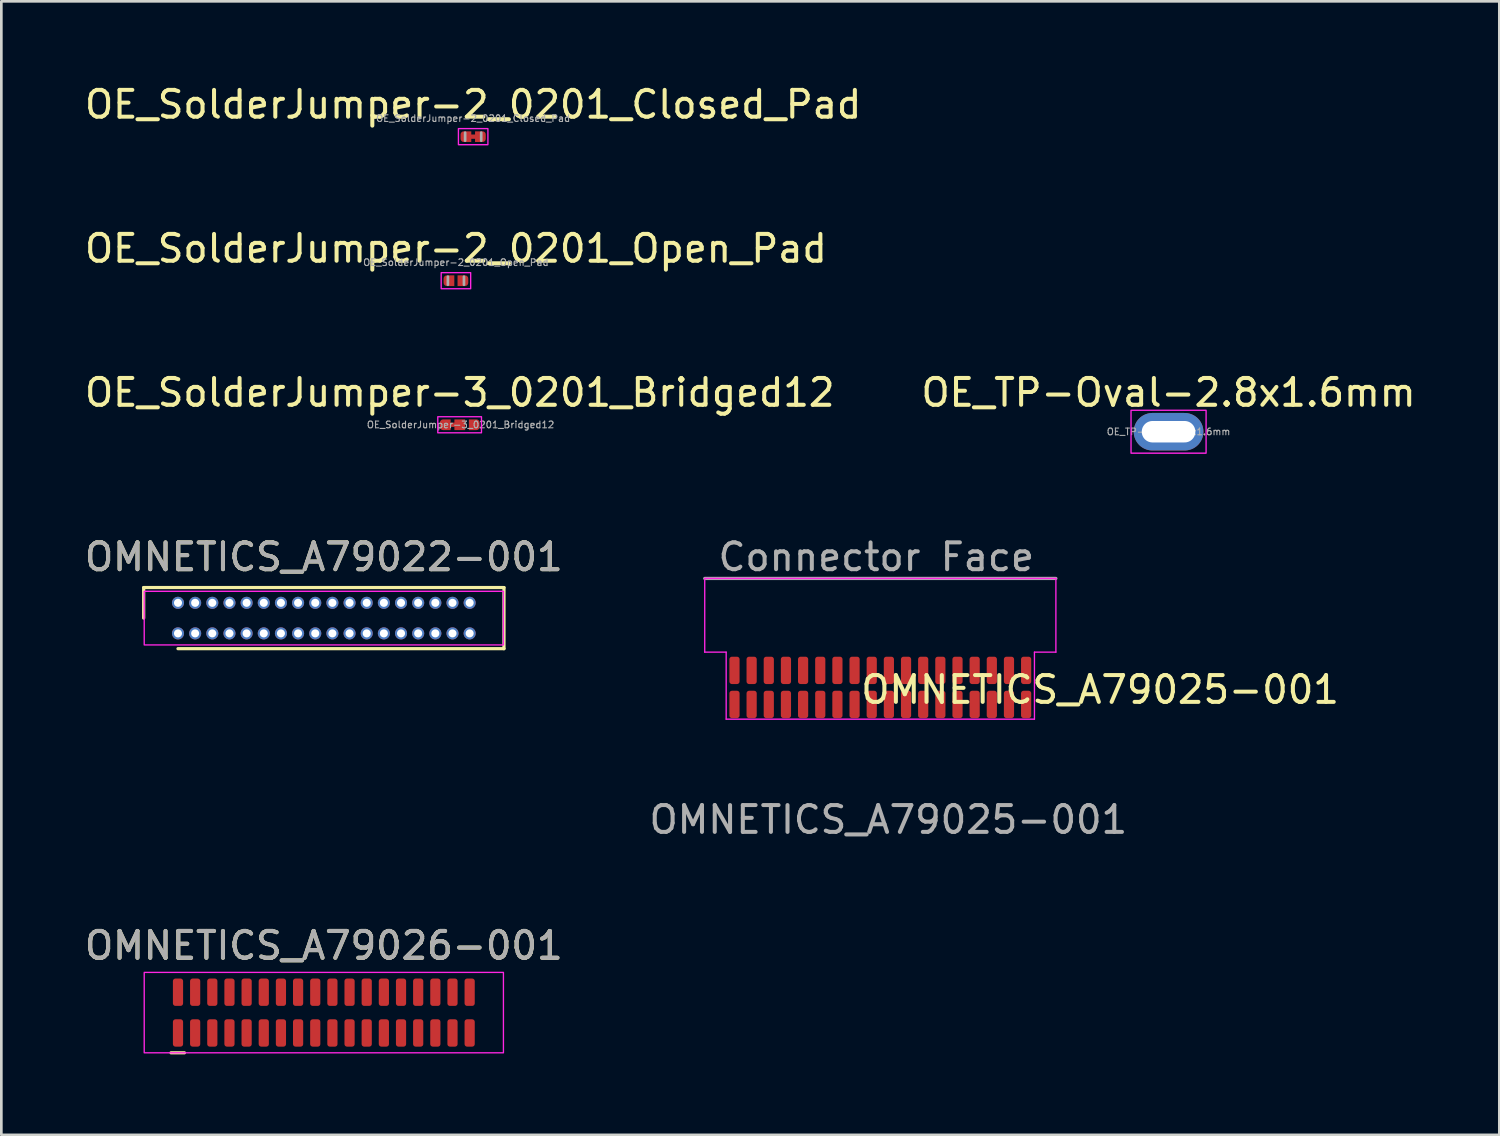
<source format=kicad_pcb>
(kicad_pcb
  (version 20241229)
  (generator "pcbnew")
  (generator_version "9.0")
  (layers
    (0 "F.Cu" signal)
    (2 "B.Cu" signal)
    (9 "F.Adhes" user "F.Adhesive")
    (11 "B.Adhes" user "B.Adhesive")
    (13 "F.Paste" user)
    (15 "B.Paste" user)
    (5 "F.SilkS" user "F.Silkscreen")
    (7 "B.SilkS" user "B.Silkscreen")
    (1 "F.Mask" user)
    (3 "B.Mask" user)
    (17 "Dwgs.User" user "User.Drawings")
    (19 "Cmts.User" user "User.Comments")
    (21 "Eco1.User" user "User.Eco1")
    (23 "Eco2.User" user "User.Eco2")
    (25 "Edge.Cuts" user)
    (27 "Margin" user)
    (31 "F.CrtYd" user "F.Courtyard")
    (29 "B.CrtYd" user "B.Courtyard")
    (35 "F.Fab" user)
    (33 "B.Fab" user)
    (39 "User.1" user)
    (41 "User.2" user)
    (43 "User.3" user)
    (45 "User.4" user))
  (footprint "OE_SolderJumper-3_0201_Bridged12"
    (layer "F.Cu")
    (at 14.101 12.795)
    (property "Reference" "OE_SolderJumper-3_0201_Bridged12" (at 0 -1.2 0) (layer "F.SilkS") (effects (font (size 1 1) (thickness 0.15))))
    (attr exclude_from_pos_files exclude_from_bom)
    (fp_poly (pts (xy -0.37 -0.08) (xy -0.17 -0.08) (xy -0.17 0.08) (xy -0.37 0.08)) (stroke (width 0) (type solid)) (fill yes) (layer "F.Cu"))
    (fp_rect (start -0.82 0.3) (end 0.81 -0.3) (stroke (width 0.05) (type default)) (fill no) (layer "F.CrtYd"))
    (fp_text user "${REFERENCE}" (at 0.03 0 0) (layer "F.Fab") (effects (font (size 0.25 0.25) (thickness 0.04))))
    (pad "1" smd roundrect (at -0.54 0) (size 0.4 0.4) (layers "F.Cu" "F.Mask") (roundrect_rratio 0.3) (chamfer_ratio 0) (chamfer top_right bottom_right))
    (pad "2" smd rect (at 0 0) (size 0.4 0.4) (layers "F.Cu" "F.Mask"))
    (pad "3" smd roundrect (at 0.54 0) (size 0.4 0.4) (layers "F.Cu" "F.Mask") (roundrect_rratio 0.3) (chamfer_ratio 0) (chamfer top_left bottom_left)))
  (footprint "OMNETICS_A79025-001"
    (layer "F.Cu")
    (at 29.789 23.228)
    (property "Reference" "OMNETICS_A79025-001" (at 8.2 -0.55 0) (unlocked yes) (layer "F.SilkS") (effects (font (size 1 1) (thickness 0.15))))
    (attr smd)
    (fp_line (start -6.55 -4.7) (end -6.55 -1.95) (stroke (width 0.05) (type solid)) (layer "F.CrtYd"))
    (fp_line (start -6.55 -1.95) (end -5.75 -1.95) (stroke (width 0.05) (type solid)) (layer "F.CrtYd"))
    (fp_line (start -5.75 -1.95) (end -5.75 0.55) (stroke (width 0.05) (type solid)) (layer "F.CrtYd"))
    (fp_line (start -5.75 0.55) (end 5.75 0.55) (stroke (width 0.05) (type solid)) (layer "F.CrtYd"))
    (fp_line (start 5.75 -1.95) (end 6.55 -1.95) (stroke (width 0.05) (type solid)) (layer "F.CrtYd"))
    (fp_line (start 5.75 0.55) (end 5.75 -1.95) (stroke (width 0.05) (type solid)) (layer "F.CrtYd"))
    (fp_line (start 6.55 -4.7) (end -6.55 -4.7) (stroke (width 0.05) (type solid)) (layer "F.CrtYd"))
    (fp_line (start 6.55 -1.95) (end 6.55 -4.7) (stroke (width 0.05) (type solid)) (layer "F.CrtYd"))
    (fp_line (start -6.55 -4.7) (end 6.55 -4.7) (stroke (width 0.12) (type solid)) (layer "F.Fab"))
    (fp_text user "Connector Face" (at -0.15 -5.5 0) (unlocked yes) (layer "F.Fab") (effects (font (size 1 1) (thickness 0.15))))
    (fp_text user "${REFERENCE}" (at 0.3 4.3 0) (unlocked yes) (layer "F.Fab") (effects (font (size 1 1) (thickness 0.15))))
    (pad "1" smd roundrect (at -5.44 0 90) (size 1.02 0.38) (layers "F.Cu" "F.Mask" "F.Paste") (roundrect_rratio 0.25))
    (pad "2" smd roundrect (at -5.44 -1.27 90) (size 1.02 0.38) (layers "F.Cu" "F.Mask" "F.Paste") (roundrect_rratio 0.25))
    (pad "3" smd roundrect (at -4.8 0 90) (size 1.02 0.38) (layers "F.Cu" "F.Mask" "F.Paste") (roundrect_rratio 0.25))
    (pad "4" smd roundrect (at -4.8 -1.27 90) (size 1.02 0.38) (layers "F.Cu" "F.Mask" "F.Paste") (roundrect_rratio 0.25))
    (pad "5" smd roundrect (at -4.16 0 90) (size 1.02 0.38) (layers "F.Cu" "F.Mask" "F.Paste") (roundrect_rratio 0.25))
    (pad "6" smd roundrect (at -4.16 -1.27 90) (size 1.02 0.38) (layers "F.Cu" "F.Mask" "F.Paste") (roundrect_rratio 0.25))
    (pad "7" smd roundrect (at -3.52 0 90) (size 1.02 0.38) (layers "F.Cu" "F.Mask" "F.Paste") (roundrect_rratio 0.25))
    (pad "8" smd roundrect (at -3.52 -1.27 90) (size 1.02 0.38) (layers "F.Cu" "F.Mask" "F.Paste") (roundrect_rratio 0.25))
    (pad "9" smd roundrect (at -2.88 0 90) (size 1.02 0.38) (layers "F.Cu" "F.Mask" "F.Paste") (roundrect_rratio 0.25))
    (pad "10" smd roundrect (at -2.88 -1.27 90) (size 1.02 0.38) (layers "F.Cu" "F.Mask" "F.Paste") (roundrect_rratio 0.25))
    (pad "11" smd roundrect (at -2.24 0 90) (size 1.02 0.38) (layers "F.Cu" "F.Mask" "F.Paste") (roundrect_rratio 0.25))
    (pad "12" smd roundrect (at -2.24 -1.27 90) (size 1.02 0.38) (layers "F.Cu" "F.Mask" "F.Paste") (roundrect_rratio 0.25))
    (pad "13" smd roundrect (at -1.6 0 90) (size 1.02 0.38) (layers "F.Cu" "F.Mask" "F.Paste") (roundrect_rratio 0.25))
    (pad "14" smd roundrect (at -1.6 -1.27 90) (size 1.02 0.38) (layers "F.Cu" "F.Mask" "F.Paste") (roundrect_rratio 0.25))
    (pad "15" smd roundrect (at -0.96 0 90) (size 1.02 0.38) (layers "F.Cu" "F.Mask" "F.Paste") (roundrect_rratio 0.25))
    (pad "16" smd roundrect (at -0.96 -1.27 90) (size 1.02 0.38) (layers "F.Cu" "F.Mask" "F.Paste") (roundrect_rratio 0.25))
    (pad "17" smd roundrect (at -0.32 0 90) (size 1.02 0.38) (layers "F.Cu" "F.Mask" "F.Paste") (roundrect_rratio 0.25))
    (pad "18" smd roundrect (at -0.32 -1.27 90) (size 1.02 0.38) (layers "F.Cu" "F.Mask" "F.Paste") (roundrect_rratio 0.25))
    (pad "19" smd roundrect (at 0.32 0 90) (size 1.02 0.38) (layers "F.Cu" "F.Mask" "F.Paste") (roundrect_rratio 0.25))
    (pad "20" smd roundrect (at 0.32 -1.27 90) (size 1.02 0.38) (layers "F.Cu" "F.Mask" "F.Paste") (roundrect_rratio 0.25))
    (pad "21" smd roundrect (at 0.96 0 90) (size 1.02 0.38) (layers "F.Cu" "F.Mask" "F.Paste") (roundrect_rratio 0.25))
    (pad "22" smd roundrect (at 0.96 -1.27 90) (size 1.02 0.38) (layers "F.Cu" "F.Mask" "F.Paste") (roundrect_rratio 0.25))
    (pad "23" smd roundrect (at 1.6 0 90) (size 1.02 0.38) (layers "F.Cu" "F.Mask" "F.Paste") (roundrect_rratio 0.25))
    (pad "24" smd roundrect (at 1.6 -1.27 90) (size 1.02 0.38) (layers "F.Cu" "F.Mask" "F.Paste") (roundrect_rratio 0.25))
    (pad "25" smd roundrect (at 2.24 0 90) (size 1.02 0.38) (layers "F.Cu" "F.Mask" "F.Paste") (roundrect_rratio 0.25))
    (pad "26" smd roundrect (at 2.24 -1.27 90) (size 1.02 0.38) (layers "F.Cu" "F.Mask" "F.Paste") (roundrect_rratio 0.25))
    (pad "27" smd roundrect (at 2.88 0 90) (size 1.02 0.38) (layers "F.Cu" "F.Mask" "F.Paste") (roundrect_rratio 0.25))
    (pad "28" smd roundrect (at 2.88 -1.27 90) (size 1.02 0.38) (layers "F.Cu" "F.Mask" "F.Paste") (roundrect_rratio 0.25))
    (pad "29" smd roundrect (at 3.52 0 90) (size 1.02 0.38) (layers "F.Cu" "F.Mask" "F.Paste") (roundrect_rratio 0.25))
    (pad "30" smd roundrect (at 3.52 -1.27 90) (size 1.02 0.38) (layers "F.Cu" "F.Mask" "F.Paste") (roundrect_rratio 0.25))
    (pad "31" smd roundrect (at 4.16 0 90) (size 1.02 0.38) (layers "F.Cu" "F.Mask" "F.Paste") (roundrect_rratio 0.25))
    (pad "32" smd roundrect (at 4.16 -1.27 90) (size 1.02 0.38) (layers "F.Cu" "F.Mask" "F.Paste") (roundrect_rratio 0.25))
    (pad "33" smd roundrect (at 4.8 0 90) (size 1.02 0.38) (layers "F.Cu" "F.Mask" "F.Paste") (roundrect_rratio 0.25))
    (pad "34" smd roundrect (at 4.8 -1.27 90) (size 1.02 0.38) (layers "F.Cu" "F.Mask" "F.Paste") (roundrect_rratio 0.25))
    (pad "35" smd roundrect (at 5.44 0 90) (size 1.02 0.38) (layers "F.Cu" "F.Mask" "F.Paste") (roundrect_rratio 0.25))
    (pad "36" smd roundrect (at 5.44 -1.27 90) (size 1.02 0.38) (layers "F.Cu" "F.Mask" "F.Paste") (roundrect_rratio 0.25)))
  (footprint "OE_SolderJumper-2_0201_Closed_Pad"
    (layer "F.Cu")
    (at 14.601 2.048)
    (property "Reference" "OE_SolderJumper-2_0201_Closed_Pad" (at 0 -1.2 0) (layer "F.SilkS") (effects (font (size 1 1) (thickness 0.15))))
    (attr exclude_from_pos_files exclude_from_bom)
    (fp_poly (pts (xy -0.1 -0.08) (xy 0.1 -0.08) (xy 0.1 0.08) (xy -0.1 0.08)) (stroke (width 0) (type solid)) (fill yes) (layer "F.Cu"))
    (fp_rect (start -0.55 0.3) (end 0.55 -0.3) (stroke (width 0.05) (type default)) (fill no) (layer "F.CrtYd"))
    (fp_line (start -0.3 0.15) (end -0.3 -0.15) (stroke (width 0.1) (type solid)) (layer "F.Fab"))
    (fp_line (start 0.3 -0.15) (end 0.3 0.15) (stroke (width 0.1) (type solid)) (layer "F.Fab"))
    (fp_text user "${REFERENCE}" (at 0 -0.68 0) (layer "F.Fab") (effects (font (size 0.25 0.25) (thickness 0.04))))
    (pad "1" smd roundrect (at -0.27 0) (size 0.4 0.4) (layers "F.Cu" "F.Mask") (roundrect_rratio 0.3) (chamfer_ratio 0) (chamfer top_right bottom_right))
    (pad "2" smd roundrect (at 0.27 0) (size 0.4 0.4) (layers "F.Cu" "F.Mask") (roundrect_rratio 0.3) (chamfer_ratio 0) (chamfer top_left bottom_left)))
  (footprint "OMNETICS_A79022-001"
    (layer "F.Cu")
    (at 9.03 20.008)
    (property "Reference" "OMNETICS_A79022-001" (at 0 -2.28 0) (unlocked yes) (layer "F.SilkS") (effects (font (size 1 1) (thickness 0.15))))
    (attr through_hole)
    (fp_line (start -6.72 -1.14) (end 6.72 -1.14) (stroke (width 0.12) (type solid)) (layer "F.SilkS"))
    (fp_line (start -6.72 0) (end -6.72 -1.14) (stroke (width 0.12) (type solid)) (layer "F.SilkS"))
    (fp_line (start 6.72 -1.14) (end 6.72 1.14) (stroke (width 0.12) (type solid)) (layer "F.SilkS"))
    (fp_line (start 6.72 1.14) (end -5.44 1.14) (stroke (width 0.12) (type solid)) (layer "F.SilkS"))
    (fp_rect (start -6.7 -1) (end 6.7 1) (stroke (width 0.05) (type solid)) (fill no) (layer "F.CrtYd"))
    (fp_text user "${REFERENCE}" (at 0 -2.28 0) (unlocked yes) (layer "F.Fab") (effects (font (size 1 1) (thickness 0.15))))
    (pad "1" thru_hole circle (at -5.44 0.57 180) (size 0.45 0.45) (drill 0.3) (layers "*.Cu" "*.Mask"))
    (pad "2" thru_hole circle (at -5.44 -0.57 180) (size 0.45 0.45) (drill 0.3) (layers "*.Cu" "*.Mask"))
    (pad "3" thru_hole circle (at -4.8 0.57 180) (size 0.45 0.45) (drill 0.3) (layers "*.Cu" "*.Mask"))
    (pad "4" thru_hole circle (at -4.8 -0.57 180) (size 0.45 0.45) (drill 0.3) (layers "*.Cu" "*.Mask"))
    (pad "5" thru_hole circle (at -4.16 0.57 180) (size 0.45 0.45) (drill 0.3) (layers "*.Cu" "*.Mask"))
    (pad "6" thru_hole circle (at -4.16 -0.57 180) (size 0.45 0.45) (drill 0.3) (layers "*.Cu" "*.Mask"))
    (pad "7" thru_hole circle (at -3.52 0.57 180) (size 0.45 0.45) (drill 0.3) (layers "*.Cu" "*.Mask"))
    (pad "8" thru_hole circle (at -3.52 -0.57 180) (size 0.45 0.45) (drill 0.3) (layers "*.Cu" "*.Mask"))
    (pad "9" thru_hole circle (at -2.88 0.57 180) (size 0.45 0.45) (drill 0.3) (layers "*.Cu" "*.Mask"))
    (pad "10" thru_hole circle (at -2.88 -0.57 180) (size 0.45 0.45) (drill 0.3) (layers "*.Cu" "*.Mask"))
    (pad "11" thru_hole circle (at -2.24 0.57 180) (size 0.45 0.45) (drill 0.3) (layers "*.Cu" "*.Mask"))
    (pad "12" thru_hole circle (at -2.24 -0.57 180) (size 0.45 0.45) (drill 0.3) (layers "*.Cu" "*.Mask"))
    (pad "13" thru_hole circle (at -1.6 0.57 180) (size 0.45 0.45) (drill 0.3) (layers "*.Cu" "*.Mask"))
    (pad "14" thru_hole circle (at -1.6 -0.57 180) (size 0.45 0.45) (drill 0.3) (layers "*.Cu" "*.Mask"))
    (pad "15" thru_hole circle (at -0.96 0.57 180) (size 0.45 0.45) (drill 0.3) (layers "*.Cu" "*.Mask"))
    (pad "16" thru_hole circle (at -0.96 -0.57 180) (size 0.45 0.45) (drill 0.3) (layers "*.Cu" "*.Mask"))
    (pad "17" thru_hole circle (at -0.32 0.57 180) (size 0.45 0.45) (drill 0.3) (layers "*.Cu" "*.Mask"))
    (pad "18" thru_hole circle (at -0.32 -0.57 180) (size 0.45 0.45) (drill 0.3) (layers "*.Cu" "*.Mask"))
    (pad "19" thru_hole circle (at 0.32 0.57 180) (size 0.45 0.45) (drill 0.3) (layers "*.Cu" "*.Mask"))
    (pad "20" thru_hole circle (at 0.32 -0.57 180) (size 0.45 0.45) (drill 0.3) (layers "*.Cu" "*.Mask"))
    (pad "21" thru_hole circle (at 0.96 0.57 180) (size 0.45 0.45) (drill 0.3) (layers "*.Cu" "*.Mask"))
    (pad "22" thru_hole circle (at 0.96 -0.57 180) (size 0.45 0.45) (drill 0.3) (layers "*.Cu" "*.Mask"))
    (pad "23" thru_hole circle (at 1.6 0.57 180) (size 0.45 0.45) (drill 0.3) (layers "*.Cu" "*.Mask"))
    (pad "24" thru_hole circle (at 1.6 -0.57 180) (size 0.45 0.45) (drill 0.3) (layers "*.Cu" "*.Mask"))
    (pad "25" thru_hole circle (at 2.24 0.57 180) (size 0.45 0.45) (drill 0.3) (layers "*.Cu" "*.Mask"))
    (pad "26" thru_hole circle (at 2.24 -0.57 180) (size 0.45 0.45) (drill 0.3) (layers "*.Cu" "*.Mask"))
    (pad "27" thru_hole circle (at 2.88 0.57 180) (size 0.45 0.45) (drill 0.3) (layers "*.Cu" "*.Mask"))
    (pad "28" thru_hole circle (at 2.88 -0.57 180) (size 0.45 0.45) (drill 0.3) (layers "*.Cu" "*.Mask"))
    (pad "29" thru_hole circle (at 3.52 0.57 180) (size 0.45 0.45) (drill 0.3) (layers "*.Cu" "*.Mask"))
    (pad "30" thru_hole circle (at 3.52 -0.57 180) (size 0.45 0.45) (drill 0.3) (layers "*.Cu" "*.Mask"))
    (pad "31" thru_hole circle (at 4.16 0.57 180) (size 0.45 0.45) (drill 0.3) (layers "*.Cu" "*.Mask"))
    (pad "32" thru_hole circle (at 4.16 -0.57 180) (size 0.45 0.45) (drill 0.3) (layers "*.Cu" "*.Mask"))
    (pad "33" thru_hole circle (at 4.8 0.57 180) (size 0.45 0.45) (drill 0.3) (layers "*.Cu" "*.Mask"))
    (pad "34" thru_hole circle (at 4.8 -0.57 180) (size 0.45 0.45) (drill 0.3) (layers "*.Cu" "*.Mask"))
    (pad "35" thru_hole circle (at 5.44 0.57 180) (size 0.45 0.45) (drill 0.3) (layers "*.Cu" "*.Mask"))
    (pad "36" thru_hole circle (at 5.44 -0.57 180) (size 0.45 0.45) (drill 0.3) (layers "*.Cu" "*.Mask")))
  (footprint "OMNETICS_A79026-001"
    (layer "F.Cu")
    (at 9.03 34.724)
    (property "Reference" "OMNETICS_A79026-001" (at 0 -2.5 0) (unlocked yes) (layer "F.SilkS") (effects (font (size 1 1) (thickness 0.15))))
    (attr through_hole)
    (fp_line (start -5.2 1.5) (end -5.7 1.5) (stroke (width 0.12) (type solid)) (layer "F.SilkS"))
    (fp_rect (start -6.7 -1.5) (end 6.7 1.5) (stroke (width 0.05) (type solid)) (fill no) (layer "F.CrtYd"))
    (fp_text user "${REFERENCE}" (at 0 -2.5 0) (unlocked yes) (layer "F.Fab") (effects (font (size 1 1) (thickness 0.15))))
    (pad "1" smd roundrect (at -5.44 0.76 90) (size 1.02 0.38) (layers "F.Cu" "F.Mask" "F.Paste") (roundrect_rratio 0.25))
    (pad "2" smd roundrect (at -5.44 -0.76 90) (size 1.02 0.38) (layers "F.Cu" "F.Mask" "F.Paste") (roundrect_rratio 0.25))
    (pad "3" smd roundrect (at -4.8 0.76 90) (size 1.02 0.38) (layers "F.Cu" "F.Mask" "F.Paste") (roundrect_rratio 0.25))
    (pad "4" smd roundrect (at -4.8 -0.76 90) (size 1.02 0.38) (layers "F.Cu" "F.Mask" "F.Paste") (roundrect_rratio 0.25))
    (pad "5" smd roundrect (at -4.16 0.76 90) (size 1.02 0.38) (layers "F.Cu" "F.Mask" "F.Paste") (roundrect_rratio 0.25))
    (pad "6" smd roundrect (at -4.16 -0.76 90) (size 1.02 0.38) (layers "F.Cu" "F.Mask" "F.Paste") (roundrect_rratio 0.25))
    (pad "7" smd roundrect (at -3.52 0.76 90) (size 1.02 0.38) (layers "F.Cu" "F.Mask" "F.Paste") (roundrect_rratio 0.25))
    (pad "8" smd roundrect (at -3.52 -0.76 90) (size 1.02 0.38) (layers "F.Cu" "F.Mask" "F.Paste") (roundrect_rratio 0.25))
    (pad "9" smd roundrect (at -2.88 0.76 90) (size 1.02 0.38) (layers "F.Cu" "F.Mask" "F.Paste") (roundrect_rratio 0.25))
    (pad "10" smd roundrect (at -2.88 -0.76 90) (size 1.02 0.38) (layers "F.Cu" "F.Mask" "F.Paste") (roundrect_rratio 0.25))
    (pad "11" smd roundrect (at -2.24 0.76 90) (size 1.02 0.38) (layers "F.Cu" "F.Mask" "F.Paste") (roundrect_rratio 0.25))
    (pad "12" smd roundrect (at -2.24 -0.76 90) (size 1.02 0.38) (layers "F.Cu" "F.Mask" "F.Paste") (roundrect_rratio 0.25))
    (pad "13" smd roundrect (at -1.6 0.76 90) (size 1.02 0.38) (layers "F.Cu" "F.Mask" "F.Paste") (roundrect_rratio 0.25))
    (pad "14" smd roundrect (at -1.6 -0.76 90) (size 1.02 0.38) (layers "F.Cu" "F.Mask" "F.Paste") (roundrect_rratio 0.25))
    (pad "15" smd roundrect (at -0.96 0.76 90) (size 1.02 0.38) (layers "F.Cu" "F.Mask" "F.Paste") (roundrect_rratio 0.25))
    (pad "16" smd roundrect (at -0.96 -0.76 90) (size 1.02 0.38) (layers "F.Cu" "F.Mask" "F.Paste") (roundrect_rratio 0.25))
    (pad "17" smd roundrect (at -0.32 0.76 90) (size 1.02 0.38) (layers "F.Cu" "F.Mask" "F.Paste") (roundrect_rratio 0.25))
    (pad "18" smd roundrect (at -0.32 -0.76 90) (size 1.02 0.38) (layers "F.Cu" "F.Mask" "F.Paste") (roundrect_rratio 0.25))
    (pad "19" smd roundrect (at 0.32 0.76 90) (size 1.02 0.38) (layers "F.Cu" "F.Mask" "F.Paste") (roundrect_rratio 0.25))
    (pad "20" smd roundrect (at 0.32 -0.76 90) (size 1.02 0.38) (layers "F.Cu" "F.Mask" "F.Paste") (roundrect_rratio 0.25))
    (pad "21" smd roundrect (at 0.96 0.76 90) (size 1.02 0.38) (layers "F.Cu" "F.Mask" "F.Paste") (roundrect_rratio 0.25))
    (pad "22" smd roundrect (at 0.96 -0.76 90) (size 1.02 0.38) (layers "F.Cu" "F.Mask" "F.Paste") (roundrect_rratio 0.25))
    (pad "23" smd roundrect (at 1.6 0.76 90) (size 1.02 0.38) (layers "F.Cu" "F.Mask" "F.Paste") (roundrect_rratio 0.25))
    (pad "24" smd roundrect (at 1.6 -0.76 90) (size 1.02 0.38) (layers "F.Cu" "F.Mask" "F.Paste") (roundrect_rratio 0.25))
    (pad "25" smd roundrect (at 2.24 0.76 90) (size 1.02 0.38) (layers "F.Cu" "F.Mask" "F.Paste") (roundrect_rratio 0.25))
    (pad "26" smd roundrect (at 2.24 -0.76 90) (size 1.02 0.38) (layers "F.Cu" "F.Mask" "F.Paste") (roundrect_rratio 0.25))
    (pad "27" smd roundrect (at 2.88 0.76 90) (size 1.02 0.38) (layers "F.Cu" "F.Mask" "F.Paste") (roundrect_rratio 0.25))
    (pad "28" smd roundrect (at 2.88 -0.76 90) (size 1.02 0.38) (layers "F.Cu" "F.Mask" "F.Paste") (roundrect_rratio 0.25))
    (pad "29" smd roundrect (at 3.52 0.76 90) (size 1.02 0.38) (layers "F.Cu" "F.Mask" "F.Paste") (roundrect_rratio 0.25))
    (pad "30" smd roundrect (at 3.52 -0.76 90) (size 1.02 0.38) (layers "F.Cu" "F.Mask" "F.Paste") (roundrect_rratio 0.25))
    (pad "31" smd roundrect (at 4.16 0.76 90) (size 1.02 0.38) (layers "F.Cu" "F.Mask" "F.Paste") (roundrect_rratio 0.25))
    (pad "32" smd roundrect (at 4.16 -0.76 90) (size 1.02 0.38) (layers "F.Cu" "F.Mask" "F.Paste") (roundrect_rratio 0.25))
    (pad "33" smd roundrect (at 4.8 0.76 90) (size 1.02 0.38) (layers "F.Cu" "F.Mask" "F.Paste") (roundrect_rratio 0.25))
    (pad "34" smd roundrect (at 4.8 -0.76 90) (size 1.02 0.38) (layers "F.Cu" "F.Mask" "F.Paste") (roundrect_rratio 0.25))
    (pad "35" smd roundrect (at 5.44 0.76 90) (size 1.02 0.38) (layers "F.Cu" "F.Mask" "F.Paste") (roundrect_rratio 0.25))
    (pad "36" smd roundrect (at 5.44 -0.76 90) (size 1.02 0.38) (layers "F.Cu" "F.Mask" "F.Paste") (roundrect_rratio 0.25)))
  (footprint "OE_SolderJumper-2_0201_Open_Pad"
    (layer "F.Cu")
    (at 13.958 7.421)
    (property "Reference" "OE_SolderJumper-2_0201_Open_Pad" (at 0 -1.2 0) (layer "F.SilkS") (effects (font (size 1 1) (thickness 0.15))))
    (attr exclude_from_pos_files exclude_from_bom)
    (fp_rect (start -0.55 0.3) (end 0.55 -0.3) (stroke (width 0.05) (type default)) (fill no) (layer "F.CrtYd"))
    (fp_line (start -0.3 0.15) (end -0.3 -0.15) (stroke (width 0.1) (type solid)) (layer "F.Fab"))
    (fp_line (start 0.3 -0.15) (end 0.3 0.15) (stroke (width 0.1) (type solid)) (layer "F.Fab"))
    (fp_text user "${REFERENCE}" (at 0 -0.68 0) (layer "F.Fab") (effects (font (size 0.25 0.25) (thickness 0.04))))
    (pad "1" smd roundrect (at -0.26 0) (size 0.4 0.4) (layers "F.Cu" "F.Mask") (roundrect_rratio 0.3) (chamfer_ratio 0) (chamfer top_right bottom_right))
    (pad "2" smd roundrect (at 0.26 0) (size 0.4 0.4) (layers "F.Cu" "F.Mask") (roundrect_rratio 0.3) (chamfer_ratio 0) (chamfer top_left bottom_left)))
  (footprint "OE_TP-Oval-2.8x1.6mm"
    (layer "F.Cu")
    (at 40.542 13.055)
    (property "Reference" "OE_TP-Oval-2.8x1.6mm" (at 0 -1.46 0) (layer "F.SilkS") (effects (font (size 1 1) (thickness 0.15))))
    (attr exclude_from_pos_files exclude_from_bom)
    (fp_rect (start -1.4 -0.8) (end 1.4 0.8) (stroke (width 0.05) (type default)) (fill no) (layer "F.CrtYd"))
    (fp_text user "${REFERENCE}" (at 0 0 0) (layer "F.Fab") (effects (font (size 0.25 0.25) (thickness 0.04))))
    (pad "1" thru_hole oval (at 0 0) (size 2.6 1.4) (drill oval 2 0.8) (layers "*.Cu" "*.Mask")))
  (gr_rect
    (start -3 -3)
    (end 52.881 39.285)
    (stroke (width 0.1) (type default))
    (fill no)
    (layer "Edge.Cuts")))
</source>
